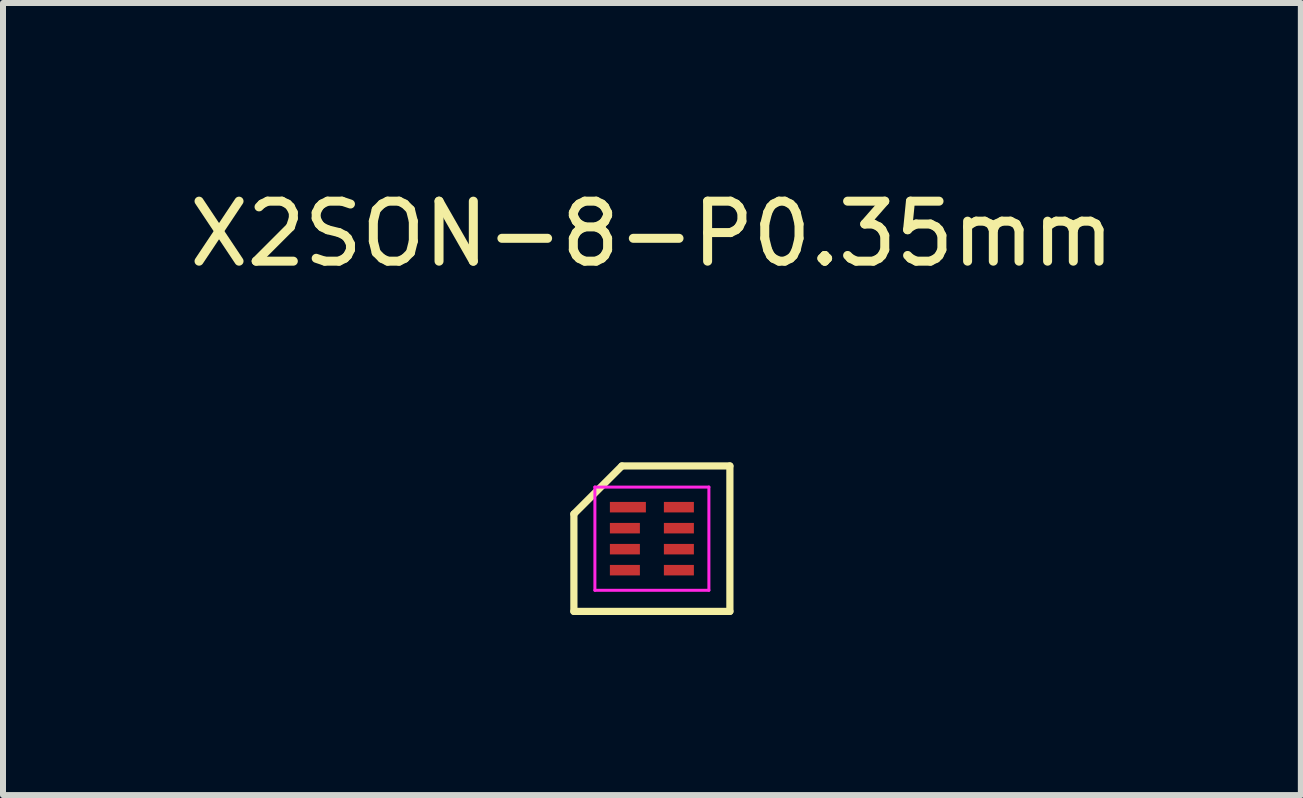
<source format=kicad_pcb>
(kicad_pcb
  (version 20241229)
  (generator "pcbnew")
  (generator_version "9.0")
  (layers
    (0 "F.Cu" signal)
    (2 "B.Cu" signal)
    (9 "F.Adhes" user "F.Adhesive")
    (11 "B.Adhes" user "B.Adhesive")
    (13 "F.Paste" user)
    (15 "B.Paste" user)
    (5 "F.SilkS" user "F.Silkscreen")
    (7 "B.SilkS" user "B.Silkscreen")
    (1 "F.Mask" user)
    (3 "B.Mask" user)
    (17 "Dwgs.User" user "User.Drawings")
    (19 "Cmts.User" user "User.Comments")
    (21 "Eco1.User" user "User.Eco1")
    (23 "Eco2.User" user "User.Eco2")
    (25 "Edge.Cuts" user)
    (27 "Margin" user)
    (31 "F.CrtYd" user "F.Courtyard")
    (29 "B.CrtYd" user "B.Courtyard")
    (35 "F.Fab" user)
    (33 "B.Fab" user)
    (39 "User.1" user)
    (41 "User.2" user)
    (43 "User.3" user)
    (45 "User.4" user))
  (footprint "X2SON-8-P0.35mm"
    (layer "F.Cu")
    (at 7.815 5.928)
    (property "Reference" "X2SON-8-P0.35mm" (at 0 -5.08 180) (layer "F.SilkS") (effects (font (size 1 1) (thickness 0.15))))
    (attr through_hole)
    (fp_line (start -1.3 -0.412) (end -0.5 -1.212) (stroke (width 0.12) (type solid)) (layer "F.SilkS"))
    (fp_line (start -1.3 1.212) (end -1.3 -0.412) (stroke (width 0.12) (type solid)) (layer "F.SilkS"))
    (fp_line (start -0.5 -1.212) (end 1.3 -1.212) (stroke (width 0.12) (type solid)) (layer "F.SilkS"))
    (fp_line (start 1.3 -1.212) (end 1.3 1.212) (stroke (width 0.12) (type solid)) (layer "F.SilkS"))
    (fp_line (start 1.3 1.212) (end -1.3 1.212) (stroke (width 0.12) (type solid)) (layer "F.SilkS"))
    (fp_line (start -0.95 -0.86) (end 0.95 -0.86) (stroke (width 0.05) (type solid)) (layer "F.CrtYd"))
    (fp_line (start -0.95 0.86) (end -0.95 -0.86) (stroke (width 0.05) (type solid)) (layer "F.CrtYd"))
    (fp_line (start 0.95 -0.86) (end 0.95 0.86) (stroke (width 0.05) (type solid)) (layer "F.CrtYd"))
    (fp_line (start 0.95 0.86) (end -0.95 0.86) (stroke (width 0.05) (type solid)) (layer "F.CrtYd"))
    (pad "1" smd rect (at -0.4 -0.525 270) (size 0.175 0.6) (layers "F.Cu" "F.Mask" "F.Paste"))
    (pad "2" smd rect (at -0.45 -0.175 270) (size 0.175 0.5) (layers "F.Cu" "F.Mask" "F.Paste"))
    (pad "3" smd rect (at -0.45 0.175 270) (size 0.175 0.5) (layers "F.Cu" "F.Mask" "F.Paste"))
    (pad "4" smd rect (at -0.45 0.525 270) (size 0.175 0.5) (layers "F.Cu" "F.Mask" "F.Paste"))
    (pad "5" smd rect (at 0.45 0.525 270) (size 0.175 0.5) (layers "F.Cu" "F.Mask" "F.Paste"))
    (pad "6" smd rect (at 0.45 0.175 270) (size 0.175 0.5) (layers "F.Cu" "F.Mask" "F.Paste"))
    (pad "7" smd rect (at 0.45 -0.175 270) (size 0.175 0.5) (layers "F.Cu" "F.Mask" "F.Paste"))
    (pad "8" smd rect (at 0.45 -0.525 270) (size 0.175 0.5) (layers "F.Cu" "F.Mask" "F.Paste")))
  (gr_rect
    (start -3 -3)
    (end 18.631 10.201)
    (stroke (width 0.1) (type default))
    (fill no)
    (layer "Edge.Cuts")))
</source>
